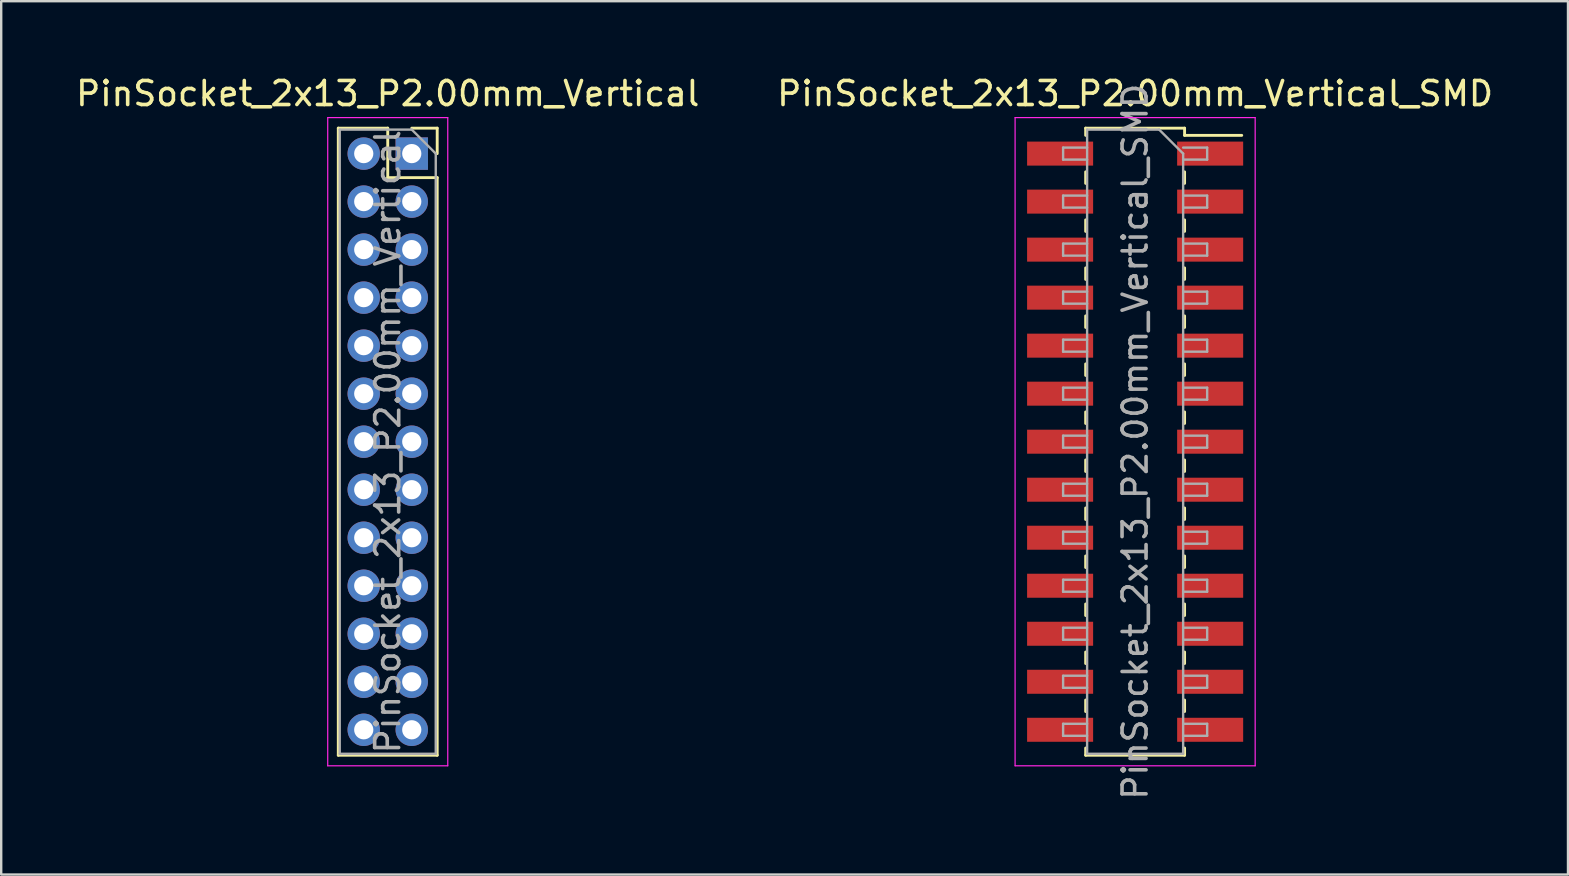
<source format=kicad_pcb>
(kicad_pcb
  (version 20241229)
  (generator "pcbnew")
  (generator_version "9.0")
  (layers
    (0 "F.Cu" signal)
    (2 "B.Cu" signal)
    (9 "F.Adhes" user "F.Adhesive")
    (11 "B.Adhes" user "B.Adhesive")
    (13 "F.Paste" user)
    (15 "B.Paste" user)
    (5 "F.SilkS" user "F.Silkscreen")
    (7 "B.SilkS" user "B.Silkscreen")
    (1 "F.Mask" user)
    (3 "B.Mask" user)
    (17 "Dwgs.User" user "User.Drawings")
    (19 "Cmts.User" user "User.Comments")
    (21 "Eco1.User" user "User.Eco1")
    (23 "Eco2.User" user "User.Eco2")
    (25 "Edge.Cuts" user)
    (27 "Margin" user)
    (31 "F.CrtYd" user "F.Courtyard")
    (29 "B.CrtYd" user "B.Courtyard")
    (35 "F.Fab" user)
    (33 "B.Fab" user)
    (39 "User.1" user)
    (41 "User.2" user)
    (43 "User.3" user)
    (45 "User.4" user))
  (footprint "PinSocket_2x13_P2.00mm_Vertical"
    (layer "F.Cu")
    (at 14.101 3.348)
    (property "Reference" "PinSocket_2x13_P2.00mm_Vertical" (at -1 -2.5 0) (layer "F.SilkS") (effects (font (size 1 1) (thickness 0.15))))
    (attr through_hole)
    (fp_line (start -3.06 -1.06) (end -3.06 25.06) (stroke (width 0.12) (type solid)) (layer "F.SilkS"))
    (fp_line (start -3.06 -1.06) (end -1 -1.06) (stroke (width 0.12) (type solid)) (layer "F.SilkS"))
    (fp_line (start -3.06 25.06) (end 1.06 25.06) (stroke (width 0.12) (type solid)) (layer "F.SilkS"))
    (fp_line (start -1 -1.06) (end -1 1) (stroke (width 0.12) (type solid)) (layer "F.SilkS"))
    (fp_line (start -1 1) (end 1.06 1) (stroke (width 0.12) (type solid)) (layer "F.SilkS"))
    (fp_line (start 0 -1.06) (end 1.06 -1.06) (stroke (width 0.12) (type solid)) (layer "F.SilkS"))
    (fp_line (start 1.06 -1.06) (end 1.06 0) (stroke (width 0.12) (type solid)) (layer "F.SilkS"))
    (fp_line (start 1.06 1) (end 1.06 25.06) (stroke (width 0.12) (type solid)) (layer "F.SilkS"))
    (fp_line (start -3.5 -1.5) (end 1.5 -1.5) (stroke (width 0.05) (type solid)) (layer "F.CrtYd"))
    (fp_line (start -3.5 25.5) (end -3.5 -1.5) (stroke (width 0.05) (type solid)) (layer "F.CrtYd"))
    (fp_line (start 1.5 -1.5) (end 1.5 25.5) (stroke (width 0.05) (type solid)) (layer "F.CrtYd"))
    (fp_line (start 1.5 25.5) (end -3.5 25.5) (stroke (width 0.05) (type solid)) (layer "F.CrtYd"))
    (fp_line (start -3 -1) (end 0 -1) (stroke (width 0.1) (type solid)) (layer "F.Fab"))
    (fp_line (start -3 25) (end -3 -1) (stroke (width 0.1) (type solid)) (layer "F.Fab"))
    (fp_line (start 0 -1) (end 1 0) (stroke (width 0.1) (type solid)) (layer "F.Fab"))
    (fp_line (start 1 0) (end 1 25) (stroke (width 0.1) (type solid)) (layer "F.Fab"))
    (fp_line (start 1 25) (end -3 25) (stroke (width 0.1) (type solid)) (layer "F.Fab"))
    (fp_text user "${REFERENCE}" (at -1 12 90) (layer "F.Fab") (effects (font (size 1 1) (thickness 0.15))))
    (pad "1" thru_hole rect (at 0 0) (size 1.35 1.35) (drill 0.8) (layers "*.Cu" "*.Mask"))
    (pad "2" thru_hole oval (at -2 0) (size 1.35 1.35) (drill 0.8) (layers "*.Cu" "*.Mask"))
    (pad "3" thru_hole oval (at 0 2) (size 1.35 1.35) (drill 0.8) (layers "*.Cu" "*.Mask"))
    (pad "4" thru_hole oval (at -2 2) (size 1.35 1.35) (drill 0.8) (layers "*.Cu" "*.Mask"))
    (pad "5" thru_hole oval (at 0 4) (size 1.35 1.35) (drill 0.8) (layers "*.Cu" "*.Mask"))
    (pad "6" thru_hole oval (at -2 4) (size 1.35 1.35) (drill 0.8) (layers "*.Cu" "*.Mask"))
    (pad "7" thru_hole oval (at 0 6) (size 1.35 1.35) (drill 0.8) (layers "*.Cu" "*.Mask"))
    (pad "8" thru_hole oval (at -2 6) (size 1.35 1.35) (drill 0.8) (layers "*.Cu" "*.Mask"))
    (pad "9" thru_hole oval (at 0 8) (size 1.35 1.35) (drill 0.8) (layers "*.Cu" "*.Mask"))
    (pad "10" thru_hole oval (at -2 8) (size 1.35 1.35) (drill 0.8) (layers "*.Cu" "*.Mask"))
    (pad "11" thru_hole oval (at 0 10) (size 1.35 1.35) (drill 0.8) (layers "*.Cu" "*.Mask"))
    (pad "12" thru_hole oval (at -2 10) (size 1.35 1.35) (drill 0.8) (layers "*.Cu" "*.Mask"))
    (pad "13" thru_hole oval (at 0 12) (size 1.35 1.35) (drill 0.8) (layers "*.Cu" "*.Mask"))
    (pad "14" thru_hole oval (at -2 12) (size 1.35 1.35) (drill 0.8) (layers "*.Cu" "*.Mask"))
    (pad "15" thru_hole oval (at 0 14) (size 1.35 1.35) (drill 0.8) (layers "*.Cu" "*.Mask"))
    (pad "16" thru_hole oval (at -2 14) (size 1.35 1.35) (drill 0.8) (layers "*.Cu" "*.Mask"))
    (pad "17" thru_hole oval (at 0 16) (size 1.35 1.35) (drill 0.8) (layers "*.Cu" "*.Mask"))
    (pad "18" thru_hole oval (at -2 16) (size 1.35 1.35) (drill 0.8) (layers "*.Cu" "*.Mask"))
    (pad "19" thru_hole oval (at 0 18) (size 1.35 1.35) (drill 0.8) (layers "*.Cu" "*.Mask"))
    (pad "20" thru_hole oval (at -2 18) (size 1.35 1.35) (drill 0.8) (layers "*.Cu" "*.Mask"))
    (pad "21" thru_hole oval (at 0 20) (size 1.35 1.35) (drill 0.8) (layers "*.Cu" "*.Mask"))
    (pad "22" thru_hole oval (at -2 20) (size 1.35 1.35) (drill 0.8) (layers "*.Cu" "*.Mask"))
    (pad "23" thru_hole oval (at 0 22) (size 1.35 1.35) (drill 0.8) (layers "*.Cu" "*.Mask"))
    (pad "24" thru_hole oval (at -2 22) (size 1.35 1.35) (drill 0.8) (layers "*.Cu" "*.Mask"))
    (pad "25" thru_hole oval (at 0 24) (size 1.35 1.35) (drill 0.8) (layers "*.Cu" "*.Mask"))
    (pad "26" thru_hole oval (at -2 24) (size 1.35 1.35) (drill 0.8) (layers "*.Cu" "*.Mask")))
  (footprint "PinSocket_2x13_P2.00mm_Vertical_SMD"
    (layer "F.Cu")
    (at 44.232 15.348)
    (property "Reference" "PinSocket_2x13_P2.00mm_Vertical_SMD" (at 0 -14.5 0) (layer "F.SilkS") (effects (font (size 1 1) (thickness 0.15))))
    (attr smd)
    (fp_line (start -2.06 -13.06) (end -2.06 -12.76) (stroke (width 0.12) (type solid)) (layer "F.SilkS"))
    (fp_line (start -2.06 -13.06) (end 2.06 -13.06) (stroke (width 0.12) (type solid)) (layer "F.SilkS"))
    (fp_line (start -2.06 -11.24) (end -2.06 -10.76) (stroke (width 0.12) (type solid)) (layer "F.SilkS"))
    (fp_line (start -2.06 -9.24) (end -2.06 -8.76) (stroke (width 0.12) (type solid)) (layer "F.SilkS"))
    (fp_line (start -2.06 -7.24) (end -2.06 -6.76) (stroke (width 0.12) (type solid)) (layer "F.SilkS"))
    (fp_line (start -2.06 -5.24) (end -2.06 -4.76) (stroke (width 0.12) (type solid)) (layer "F.SilkS"))
    (fp_line (start -2.06 -3.24) (end -2.06 -2.76) (stroke (width 0.12) (type solid)) (layer "F.SilkS"))
    (fp_line (start -2.06 -1.24) (end -2.06 -0.76) (stroke (width 0.12) (type solid)) (layer "F.SilkS"))
    (fp_line (start -2.06 0.76) (end -2.06 1.24) (stroke (width 0.12) (type solid)) (layer "F.SilkS"))
    (fp_line (start -2.06 2.76) (end -2.06 3.24) (stroke (width 0.12) (type solid)) (layer "F.SilkS"))
    (fp_line (start -2.06 4.76) (end -2.06 5.24) (stroke (width 0.12) (type solid)) (layer "F.SilkS"))
    (fp_line (start -2.06 6.76) (end -2.06 7.24) (stroke (width 0.12) (type solid)) (layer "F.SilkS"))
    (fp_line (start -2.06 8.76) (end -2.06 9.24) (stroke (width 0.12) (type solid)) (layer "F.SilkS"))
    (fp_line (start -2.06 10.76) (end -2.06 11.24) (stroke (width 0.12) (type solid)) (layer "F.SilkS"))
    (fp_line (start -2.06 12.76) (end -2.06 13.06) (stroke (width 0.12) (type solid)) (layer "F.SilkS"))
    (fp_line (start -2.06 13.06) (end 2.06 13.06) (stroke (width 0.12) (type solid)) (layer "F.SilkS"))
    (fp_line (start 2.06 -13.06) (end 2.06 -12.76) (stroke (width 0.12) (type solid)) (layer "F.SilkS"))
    (fp_line (start 2.06 -12.76) (end 4.44 -12.76) (stroke (width 0.12) (type solid)) (layer "F.SilkS"))
    (fp_line (start 2.06 -11.24) (end 2.06 -10.76) (stroke (width 0.12) (type solid)) (layer "F.SilkS"))
    (fp_line (start 2.06 -9.24) (end 2.06 -8.76) (stroke (width 0.12) (type solid)) (layer "F.SilkS"))
    (fp_line (start 2.06 -7.24) (end 2.06 -6.76) (stroke (width 0.12) (type solid)) (layer "F.SilkS"))
    (fp_line (start 2.06 -5.24) (end 2.06 -4.76) (stroke (width 0.12) (type solid)) (layer "F.SilkS"))
    (fp_line (start 2.06 -3.24) (end 2.06 -2.76) (stroke (width 0.12) (type solid)) (layer "F.SilkS"))
    (fp_line (start 2.06 -1.24) (end 2.06 -0.76) (stroke (width 0.12) (type solid)) (layer "F.SilkS"))
    (fp_line (start 2.06 0.76) (end 2.06 1.24) (stroke (width 0.12) (type solid)) (layer "F.SilkS"))
    (fp_line (start 2.06 2.76) (end 2.06 3.24) (stroke (width 0.12) (type solid)) (layer "F.SilkS"))
    (fp_line (start 2.06 4.76) (end 2.06 5.24) (stroke (width 0.12) (type solid)) (layer "F.SilkS"))
    (fp_line (start 2.06 6.76) (end 2.06 7.24) (stroke (width 0.12) (type solid)) (layer "F.SilkS"))
    (fp_line (start 2.06 8.76) (end 2.06 9.24) (stroke (width 0.12) (type solid)) (layer "F.SilkS"))
    (fp_line (start 2.06 10.76) (end 2.06 11.24) (stroke (width 0.12) (type solid)) (layer "F.SilkS"))
    (fp_line (start 2.06 12.76) (end 2.06 13.06) (stroke (width 0.12) (type solid)) (layer "F.SilkS"))
    (fp_line (start -5 -13.5) (end 5 -13.5) (stroke (width 0.05) (type solid)) (layer "F.CrtYd"))
    (fp_line (start -5 13.5) (end -5 -13.5) (stroke (width 0.05) (type solid)) (layer "F.CrtYd"))
    (fp_line (start 5 -13.5) (end 5 13.5) (stroke (width 0.05) (type solid)) (layer "F.CrtYd"))
    (fp_line (start 5 13.5) (end -5 13.5) (stroke (width 0.05) (type solid)) (layer "F.CrtYd"))
    (fp_line (start -3 -12.25) (end -2 -12.25) (stroke (width 0.1) (type solid)) (layer "F.Fab"))
    (fp_line (start -3 -11.75) (end -3 -12.25) (stroke (width 0.1) (type solid)) (layer "F.Fab"))
    (fp_line (start -3 -10.25) (end -2 -10.25) (stroke (width 0.1) (type solid)) (layer "F.Fab"))
    (fp_line (start -3 -9.75) (end -3 -10.25) (stroke (width 0.1) (type solid)) (layer "F.Fab"))
    (fp_line (start -3 -8.25) (end -2 -8.25) (stroke (width 0.1) (type solid)) (layer "F.Fab"))
    (fp_line (start -3 -7.75) (end -3 -8.25) (stroke (width 0.1) (type solid)) (layer "F.Fab"))
    (fp_line (start -3 -6.25) (end -2 -6.25) (stroke (width 0.1) (type solid)) (layer "F.Fab"))
    (fp_line (start -3 -5.75) (end -3 -6.25) (stroke (width 0.1) (type solid)) (layer "F.Fab"))
    (fp_line (start -3 -4.25) (end -2 -4.25) (stroke (width 0.1) (type solid)) (layer "F.Fab"))
    (fp_line (start -3 -3.75) (end -3 -4.25) (stroke (width 0.1) (type solid)) (layer "F.Fab"))
    (fp_line (start -3 -2.25) (end -2 -2.25) (stroke (width 0.1) (type solid)) (layer "F.Fab"))
    (fp_line (start -3 -1.75) (end -3 -2.25) (stroke (width 0.1) (type solid)) (layer "F.Fab"))
    (fp_line (start -3 -0.25) (end -2 -0.25) (stroke (width 0.1) (type solid)) (layer "F.Fab"))
    (fp_line (start -3 0.25) (end -3 -0.25) (stroke (width 0.1) (type solid)) (layer "F.Fab"))
    (fp_line (start -3 1.75) (end -2 1.75) (stroke (width 0.1) (type solid)) (layer "F.Fab"))
    (fp_line (start -3 2.25) (end -3 1.75) (stroke (width 0.1) (type solid)) (layer "F.Fab"))
    (fp_line (start -3 3.75) (end -2 3.75) (stroke (width 0.1) (type solid)) (layer "F.Fab"))
    (fp_line (start -3 4.25) (end -3 3.75) (stroke (width 0.1) (type solid)) (layer "F.Fab"))
    (fp_line (start -3 5.75) (end -2 5.75) (stroke (width 0.1) (type solid)) (layer "F.Fab"))
    (fp_line (start -3 6.25) (end -3 5.75) (stroke (width 0.1) (type solid)) (layer "F.Fab"))
    (fp_line (start -3 7.75) (end -2 7.75) (stroke (width 0.1) (type solid)) (layer "F.Fab"))
    (fp_line (start -3 8.25) (end -3 7.75) (stroke (width 0.1) (type solid)) (layer "F.Fab"))
    (fp_line (start -3 9.75) (end -2 9.75) (stroke (width 0.1) (type solid)) (layer "F.Fab"))
    (fp_line (start -3 10.25) (end -3 9.75) (stroke (width 0.1) (type solid)) (layer "F.Fab"))
    (fp_line (start -3 11.75) (end -2 11.75) (stroke (width 0.1) (type solid)) (layer "F.Fab"))
    (fp_line (start -3 12.25) (end -3 11.75) (stroke (width 0.1) (type solid)) (layer "F.Fab"))
    (fp_line (start -2 -13) (end 1 -13) (stroke (width 0.1) (type solid)) (layer "F.Fab"))
    (fp_line (start -2 -11.75) (end -3 -11.75) (stroke (width 0.1) (type solid)) (layer "F.Fab"))
    (fp_line (start -2 -9.75) (end -3 -9.75) (stroke (width 0.1) (type solid)) (layer "F.Fab"))
    (fp_line (start -2 -7.75) (end -3 -7.75) (stroke (width 0.1) (type solid)) (layer "F.Fab"))
    (fp_line (start -2 -5.75) (end -3 -5.75) (stroke (width 0.1) (type solid)) (layer "F.Fab"))
    (fp_line (start -2 -3.75) (end -3 -3.75) (stroke (width 0.1) (type solid)) (layer "F.Fab"))
    (fp_line (start -2 -1.75) (end -3 -1.75) (stroke (width 0.1) (type solid)) (layer "F.Fab"))
    (fp_line (start -2 0.25) (end -3 0.25) (stroke (width 0.1) (type solid)) (layer "F.Fab"))
    (fp_line (start -2 2.25) (end -3 2.25) (stroke (width 0.1) (type solid)) (layer "F.Fab"))
    (fp_line (start -2 4.25) (end -3 4.25) (stroke (width 0.1) (type solid)) (layer "F.Fab"))
    (fp_line (start -2 6.25) (end -3 6.25) (stroke (width 0.1) (type solid)) (layer "F.Fab"))
    (fp_line (start -2 8.25) (end -3 8.25) (stroke (width 0.1) (type solid)) (layer "F.Fab"))
    (fp_line (start -2 10.25) (end -3 10.25) (stroke (width 0.1) (type solid)) (layer "F.Fab"))
    (fp_line (start -2 12.25) (end -3 12.25) (stroke (width 0.1) (type solid)) (layer "F.Fab"))
    (fp_line (start -2 13) (end -2 -13) (stroke (width 0.1) (type solid)) (layer "F.Fab"))
    (fp_line (start 1 -13) (end 2 -12) (stroke (width 0.1) (type solid)) (layer "F.Fab"))
    (fp_line (start 2 -12.25) (end 3 -12.25) (stroke (width 0.1) (type solid)) (layer "F.Fab"))
    (fp_line (start 2 -12) (end 2 13) (stroke (width 0.1) (type solid)) (layer "F.Fab"))
    (fp_line (start 2 -10.25) (end 3 -10.25) (stroke (width 0.1) (type solid)) (layer "F.Fab"))
    (fp_line (start 2 -8.25) (end 3 -8.25) (stroke (width 0.1) (type solid)) (layer "F.Fab"))
    (fp_line (start 2 -6.25) (end 3 -6.25) (stroke (width 0.1) (type solid)) (layer "F.Fab"))
    (fp_line (start 2 -4.25) (end 3 -4.25) (stroke (width 0.1) (type solid)) (layer "F.Fab"))
    (fp_line (start 2 -2.25) (end 3 -2.25) (stroke (width 0.1) (type solid)) (layer "F.Fab"))
    (fp_line (start 2 -0.25) (end 3 -0.25) (stroke (width 0.1) (type solid)) (layer "F.Fab"))
    (fp_line (start 2 1.75) (end 3 1.75) (stroke (width 0.1) (type solid)) (layer "F.Fab"))
    (fp_line (start 2 3.75) (end 3 3.75) (stroke (width 0.1) (type solid)) (layer "F.Fab"))
    (fp_line (start 2 5.75) (end 3 5.75) (stroke (width 0.1) (type solid)) (layer "F.Fab"))
    (fp_line (start 2 7.75) (end 3 7.75) (stroke (width 0.1) (type solid)) (layer "F.Fab"))
    (fp_line (start 2 9.75) (end 3 9.75) (stroke (width 0.1) (type solid)) (layer "F.Fab"))
    (fp_line (start 2 11.75) (end 3 11.75) (stroke (width 0.1) (type solid)) (layer "F.Fab"))
    (fp_line (start 2 13) (end -2 13) (stroke (width 0.1) (type solid)) (layer "F.Fab"))
    (fp_line (start 3 -12.25) (end 3 -11.75) (stroke (width 0.1) (type solid)) (layer "F.Fab"))
    (fp_line (start 3 -11.75) (end 2 -11.75) (stroke (width 0.1) (type solid)) (layer "F.Fab"))
    (fp_line (start 3 -10.25) (end 3 -9.75) (stroke (width 0.1) (type solid)) (layer "F.Fab"))
    (fp_line (start 3 -9.75) (end 2 -9.75) (stroke (width 0.1) (type solid)) (layer "F.Fab"))
    (fp_line (start 3 -8.25) (end 3 -7.75) (stroke (width 0.1) (type solid)) (layer "F.Fab"))
    (fp_line (start 3 -7.75) (end 2 -7.75) (stroke (width 0.1) (type solid)) (layer "F.Fab"))
    (fp_line (start 3 -6.25) (end 3 -5.75) (stroke (width 0.1) (type solid)) (layer "F.Fab"))
    (fp_line (start 3 -5.75) (end 2 -5.75) (stroke (width 0.1) (type solid)) (layer "F.Fab"))
    (fp_line (start 3 -4.25) (end 3 -3.75) (stroke (width 0.1) (type solid)) (layer "F.Fab"))
    (fp_line (start 3 -3.75) (end 2 -3.75) (stroke (width 0.1) (type solid)) (layer "F.Fab"))
    (fp_line (start 3 -2.25) (end 3 -1.75) (stroke (width 0.1) (type solid)) (layer "F.Fab"))
    (fp_line (start 3 -1.75) (end 2 -1.75) (stroke (width 0.1) (type solid)) (layer "F.Fab"))
    (fp_line (start 3 -0.25) (end 3 0.25) (stroke (width 0.1) (type solid)) (layer "F.Fab"))
    (fp_line (start 3 0.25) (end 2 0.25) (stroke (width 0.1) (type solid)) (layer "F.Fab"))
    (fp_line (start 3 1.75) (end 3 2.25) (stroke (width 0.1) (type solid)) (layer "F.Fab"))
    (fp_line (start 3 2.25) (end 2 2.25) (stroke (width 0.1) (type solid)) (layer "F.Fab"))
    (fp_line (start 3 3.75) (end 3 4.25) (stroke (width 0.1) (type solid)) (layer "F.Fab"))
    (fp_line (start 3 4.25) (end 2 4.25) (stroke (width 0.1) (type solid)) (layer "F.Fab"))
    (fp_line (start 3 5.75) (end 3 6.25) (stroke (width 0.1) (type solid)) (layer "F.Fab"))
    (fp_line (start 3 6.25) (end 2 6.25) (stroke (width 0.1) (type solid)) (layer "F.Fab"))
    (fp_line (start 3 7.75) (end 3 8.25) (stroke (width 0.1) (type solid)) (layer "F.Fab"))
    (fp_line (start 3 8.25) (end 2 8.25) (stroke (width 0.1) (type solid)) (layer "F.Fab"))
    (fp_line (start 3 9.75) (end 3 10.25) (stroke (width 0.1) (type solid)) (layer "F.Fab"))
    (fp_line (start 3 10.25) (end 2 10.25) (stroke (width 0.1) (type solid)) (layer "F.Fab"))
    (fp_line (start 3 11.75) (end 3 12.25) (stroke (width 0.1) (type solid)) (layer "F.Fab"))
    (fp_line (start 3 12.25) (end 2 12.25) (stroke (width 0.1) (type solid)) (layer "F.Fab"))
    (fp_text user "${REFERENCE}" (at 0 0 90) (layer "F.Fab") (effects (font (size 1 1) (thickness 0.15))))
    (pad "1" smd rect (at 3.125 -12) (size 2.75 1) (layers "F.Cu" "F.Mask" "F.Paste"))
    (pad "2" smd rect (at -3.125 -12) (size 2.75 1) (layers "F.Cu" "F.Mask" "F.Paste"))
    (pad "3" smd rect (at 3.125 -10) (size 2.75 1) (layers "F.Cu" "F.Mask" "F.Paste"))
    (pad "4" smd rect (at -3.125 -10) (size 2.75 1) (layers "F.Cu" "F.Mask" "F.Paste"))
    (pad "5" smd rect (at 3.125 -8) (size 2.75 1) (layers "F.Cu" "F.Mask" "F.Paste"))
    (pad "6" smd rect (at -3.125 -8) (size 2.75 1) (layers "F.Cu" "F.Mask" "F.Paste"))
    (pad "7" smd rect (at 3.125 -6) (size 2.75 1) (layers "F.Cu" "F.Mask" "F.Paste"))
    (pad "8" smd rect (at -3.125 -6) (size 2.75 1) (layers "F.Cu" "F.Mask" "F.Paste"))
    (pad "9" smd rect (at 3.125 -4) (size 2.75 1) (layers "F.Cu" "F.Mask" "F.Paste"))
    (pad "10" smd rect (at -3.125 -4) (size 2.75 1) (layers "F.Cu" "F.Mask" "F.Paste"))
    (pad "11" smd rect (at 3.125 -2) (size 2.75 1) (layers "F.Cu" "F.Mask" "F.Paste"))
    (pad "12" smd rect (at -3.125 -2) (size 2.75 1) (layers "F.Cu" "F.Mask" "F.Paste"))
    (pad "13" smd rect (at 3.125 0) (size 2.75 1) (layers "F.Cu" "F.Mask" "F.Paste"))
    (pad "14" smd rect (at -3.125 0) (size 2.75 1) (layers "F.Cu" "F.Mask" "F.Paste"))
    (pad "15" smd rect (at 3.125 2) (size 2.75 1) (layers "F.Cu" "F.Mask" "F.Paste"))
    (pad "16" smd rect (at -3.125 2) (size 2.75 1) (layers "F.Cu" "F.Mask" "F.Paste"))
    (pad "17" smd rect (at 3.125 4) (size 2.75 1) (layers "F.Cu" "F.Mask" "F.Paste"))
    (pad "18" smd rect (at -3.125 4) (size 2.75 1) (layers "F.Cu" "F.Mask" "F.Paste"))
    (pad "19" smd rect (at 3.125 6) (size 2.75 1) (layers "F.Cu" "F.Mask" "F.Paste"))
    (pad "20" smd rect (at -3.125 6) (size 2.75 1) (layers "F.Cu" "F.Mask" "F.Paste"))
    (pad "21" smd rect (at 3.125 8) (size 2.75 1) (layers "F.Cu" "F.Mask" "F.Paste"))
    (pad "22" smd rect (at -3.125 8) (size 2.75 1) (layers "F.Cu" "F.Mask" "F.Paste"))
    (pad "23" smd rect (at 3.125 10) (size 2.75 1) (layers "F.Cu" "F.Mask" "F.Paste"))
    (pad "24" smd rect (at -3.125 10) (size 2.75 1) (layers "F.Cu" "F.Mask" "F.Paste"))
    (pad "25" smd rect (at 3.125 12) (size 2.75 1) (layers "F.Cu" "F.Mask" "F.Paste"))
    (pad "26" smd rect (at -3.125 12) (size 2.75 1) (layers "F.Cu" "F.Mask" "F.Paste")))
  (gr_rect
    (start -3 -3)
    (end 62.262 33.378)
    (stroke (width 0.1) (type default))
    (fill no)
    (layer "Edge.Cuts")))
</source>
